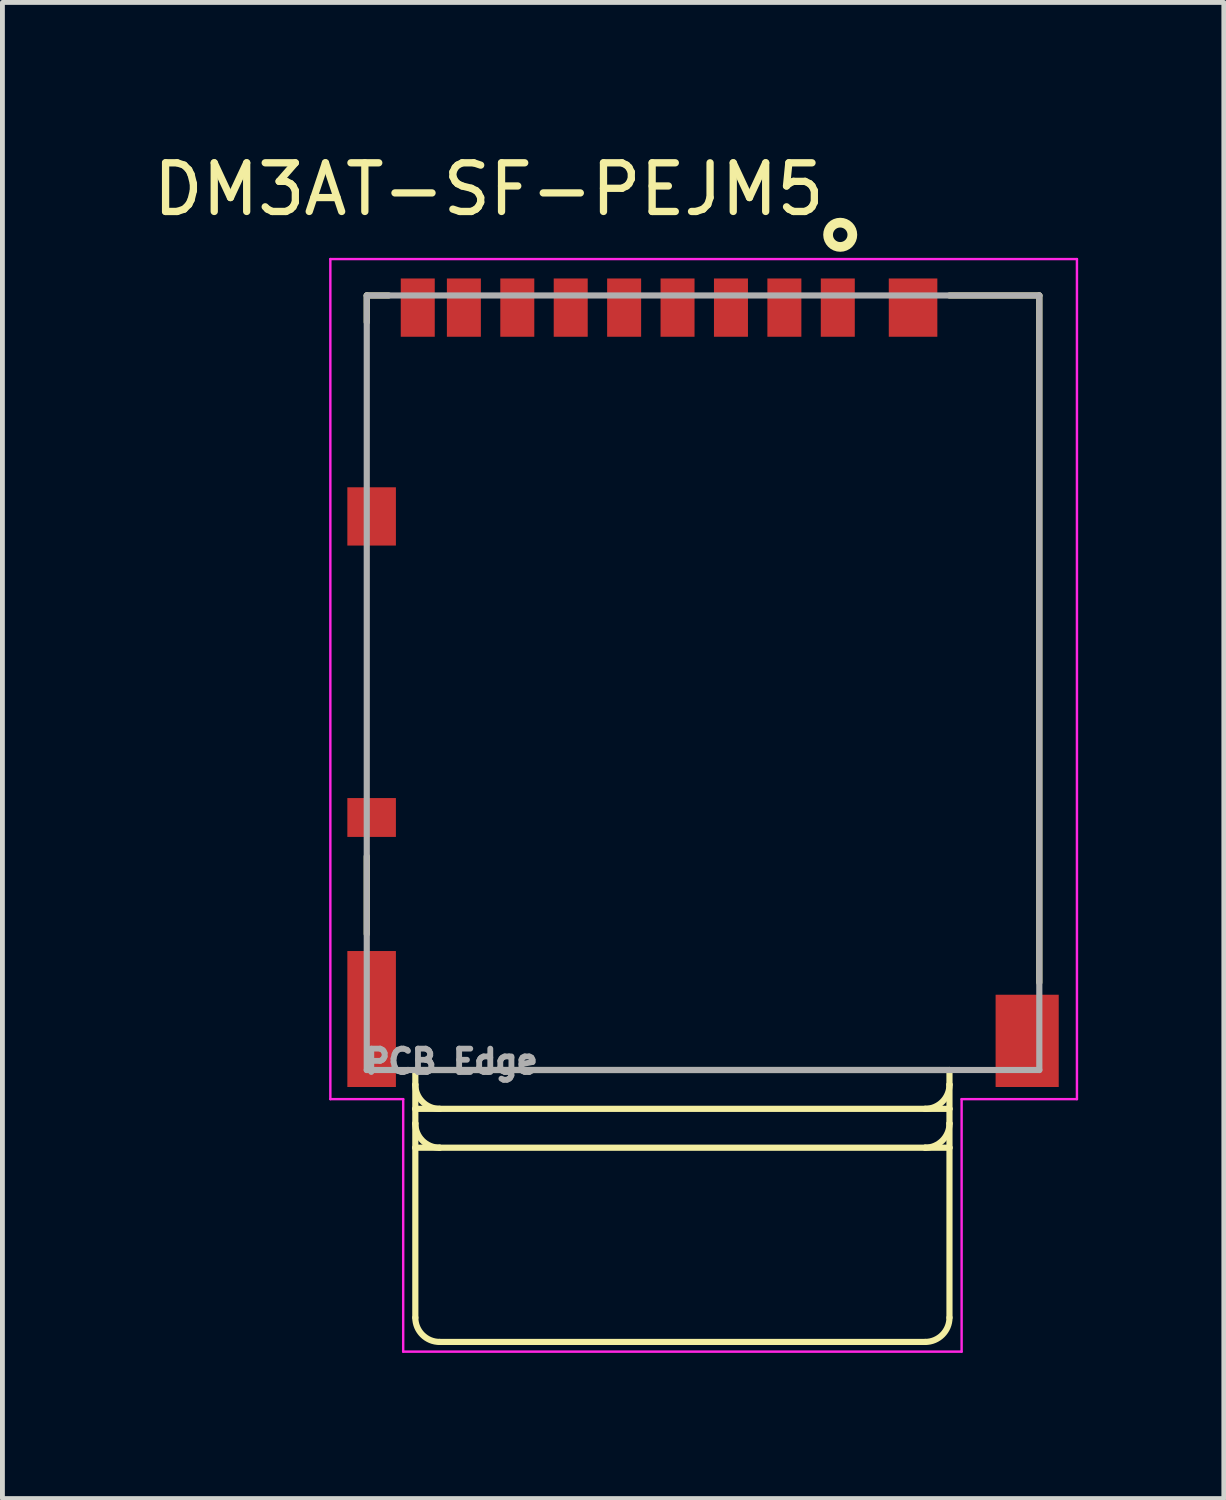
<source format=kicad_pcb>
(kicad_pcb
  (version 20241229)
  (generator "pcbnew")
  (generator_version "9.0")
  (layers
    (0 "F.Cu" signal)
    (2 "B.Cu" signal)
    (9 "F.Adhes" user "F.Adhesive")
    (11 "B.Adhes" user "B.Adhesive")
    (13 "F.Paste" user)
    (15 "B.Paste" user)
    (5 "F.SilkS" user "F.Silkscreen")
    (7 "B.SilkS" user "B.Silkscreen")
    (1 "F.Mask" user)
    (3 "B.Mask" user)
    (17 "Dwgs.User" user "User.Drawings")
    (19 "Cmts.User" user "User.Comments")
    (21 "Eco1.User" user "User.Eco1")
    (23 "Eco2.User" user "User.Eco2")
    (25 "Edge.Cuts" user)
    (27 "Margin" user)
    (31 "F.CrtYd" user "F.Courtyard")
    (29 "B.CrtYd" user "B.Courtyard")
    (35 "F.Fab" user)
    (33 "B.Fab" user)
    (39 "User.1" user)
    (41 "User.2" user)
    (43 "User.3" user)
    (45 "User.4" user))
  (footprint "DM3AT-SF-PEJM5"
    (layer "F.Cu")
    (at 11.003 3.285)
    (property "Reference" "DM3AT-SF-PEJM5" (at -3.987 -2.436 0) (layer "F.SilkS") (effects (font (size 1.002 1.002) (thickness 0.15))))
    (attr through_hole)
    (fp_line (start -6.5 -0.25) (end -6.5 0.3) (stroke (width 0.127) (type solid)) (layer "F.SilkS"))
    (fp_line (start -6.5 12.9) (end -6.5 11.3) (stroke (width 0.127) (type solid)) (layer "F.SilkS"))
    (fp_line (start -6.05 -0.25) (end -6.5 -0.25) (stroke (width 0.127) (type solid)) (layer "F.SilkS"))
    (fp_line (start -5.5 15.7) (end -5.5 16) (stroke (width 0.127) (type solid)) (layer "F.SilkS"))
    (fp_line (start -5.5 15.7) (end 5.5 15.7) (stroke (width 0.127) (type solid)) (layer "F.SilkS"))
    (fp_line (start -5.5 16.5) (end -5.5 16) (stroke (width 0.127) (type solid)) (layer "F.SilkS"))
    (fp_line (start -5.5 16.5) (end -5.5 16.8) (stroke (width 0.127) (type solid)) (layer "F.SilkS"))
    (fp_line (start -5.5 17.3) (end -5.5 16.8) (stroke (width 0.127) (type solid)) (layer "F.SilkS"))
    (fp_line (start -5.5 17.3) (end -5.5 20.8) (stroke (width 0.127) (type solid)) (layer "F.SilkS"))
    (fp_line (start -5 16.5) (end -5.5 16.5) (stroke (width 0.127) (type solid)) (layer "F.SilkS"))
    (fp_line (start -5 17.3) (end -5.5 17.3) (stroke (width 0.127) (type solid)) (layer "F.SilkS"))
    (fp_line (start 5 16.5) (end -5 16.5) (stroke (width 0.127) (type solid)) (layer "F.SilkS"))
    (fp_line (start 5 17.3) (end -5 17.3) (stroke (width 0.127) (type solid)) (layer "F.SilkS"))
    (fp_line (start 5 21.3) (end -5 21.3) (stroke (width 0.127) (type solid)) (layer "F.SilkS"))
    (fp_line (start 5.5 -0.25) (end 7.35 -0.25) (stroke (width 0.127) (type solid)) (layer "F.SilkS"))
    (fp_line (start 5.5 15.7) (end 5.5 16) (stroke (width 0.127) (type solid)) (layer "F.SilkS"))
    (fp_line (start 5.5 16) (end 5.5 16.5) (stroke (width 0.127) (type solid)) (layer "F.SilkS"))
    (fp_line (start 5.5 16.5) (end 5 16.5) (stroke (width 0.127) (type solid)) (layer "F.SilkS"))
    (fp_line (start 5.5 16.5) (end 5.5 16.8) (stroke (width 0.127) (type solid)) (layer "F.SilkS"))
    (fp_line (start 5.5 16.8) (end 5.5 17.3) (stroke (width 0.127) (type solid)) (layer "F.SilkS"))
    (fp_line (start 5.5 17.3) (end 5 17.3) (stroke (width 0.127) (type solid)) (layer "F.SilkS"))
    (fp_line (start 5.5 17.3) (end 5.5 20.8) (stroke (width 0.127) (type solid)) (layer "F.SilkS"))
    (fp_line (start 7.35 -0.25) (end 7.35 13.9) (stroke (width 0.127) (type solid)) (layer "F.SilkS"))
    (fp_arc (start -5 16.5) (mid -5.353553 16.353553) (end -5.5 16) (stroke (width 0.127) (type solid)) (layer "F.SilkS"))
    (fp_arc (start -5 17.3) (mid -5.353553 17.153553) (end -5.5 16.8) (stroke (width 0.127) (type solid)) (layer "F.SilkS"))
    (fp_arc (start -5 21.3) (mid -5.353553 21.153553) (end -5.5 20.8) (stroke (width 0.127) (type solid)) (layer "F.SilkS"))
    (fp_arc (start 5.5 16) (mid 5.353553 16.353553) (end 5 16.5) (stroke (width 0.127) (type solid)) (layer "F.SilkS"))
    (fp_arc (start 5.5 16.8) (mid 5.353553 17.153553) (end 5 17.3) (stroke (width 0.127) (type solid)) (layer "F.SilkS"))
    (fp_arc (start 5.5 20.8) (mid 5.353553 21.153553) (end 5 21.3) (stroke (width 0.127) (type solid)) (layer "F.SilkS"))
    (fp_circle (center 3.25 -1.5) (end 3.5 -1.5) (stroke (width 0.2) (type solid)) (fill no) (layer "F.SilkS"))
    (fp_line (start -7.25 -1) (end 8.125 -1) (stroke (width 0.05) (type solid)) (layer "F.CrtYd"))
    (fp_line (start -7.25 16.3) (end -7.25 -1) (stroke (width 0.05) (type solid)) (layer "F.CrtYd"))
    (fp_line (start -5.75 16.3) (end -7.25 16.3) (stroke (width 0.05) (type solid)) (layer "F.CrtYd"))
    (fp_line (start -5.75 21.5) (end -5.75 16.3) (stroke (width 0.05) (type solid)) (layer "F.CrtYd"))
    (fp_line (start 5.75 16.3) (end 5.75 21.5) (stroke (width 0.05) (type solid)) (layer "F.CrtYd"))
    (fp_line (start 5.75 21.5) (end -5.75 21.5) (stroke (width 0.05) (type solid)) (layer "F.CrtYd"))
    (fp_line (start 8.125 -1) (end 8.125 16.3) (stroke (width 0.05) (type solid)) (layer "F.CrtYd"))
    (fp_line (start 8.125 16.3) (end 5.75 16.3) (stroke (width 0.05) (type solid)) (layer "F.CrtYd"))
    (fp_line (start -6.5 -0.25) (end 7.35 -0.25) (stroke (width 0.127) (type solid)) (layer "F.Fab"))
    (fp_line (start -6.5 15.7) (end -6.5 -0.25) (stroke (width 0.127) (type solid)) (layer "F.Fab"))
    (fp_line (start 7.35 -0.25) (end 7.35 15.7) (stroke (width 0.127) (type solid)) (layer "F.Fab"))
    (fp_line (start 7.35 15.7) (end -6.5 15.7) (stroke (width 0.127) (type solid)) (layer "F.Fab"))
    (fp_text user "PCB Edge" (at -4.758 15.525 0) (layer "F.Fab") (effects (font (size 0.481 0.481) (thickness 0.15))))
    (pad "1" smd rect (at 3.2 0) (size 0.7 1.2) (layers "F.Cu" "F.Mask" "F.Paste"))
    (pad "2" smd rect (at 2.1 0) (size 0.7 1.2) (layers "F.Cu" "F.Mask" "F.Paste"))
    (pad "3" smd rect (at 1 0) (size 0.7 1.2) (layers "F.Cu" "F.Mask" "F.Paste"))
    (pad "4" smd rect (at -0.1 0) (size 0.7 1.2) (layers "F.Cu" "F.Mask" "F.Paste"))
    (pad "5" smd rect (at -1.2 0) (size 0.7 1.2) (layers "F.Cu" "F.Mask" "F.Paste"))
    (pad "6" smd rect (at -2.3 0) (size 0.7 1.2) (layers "F.Cu" "F.Mask" "F.Paste"))
    (pad "7" smd rect (at -3.4 0) (size 0.7 1.2) (layers "F.Cu" "F.Mask" "F.Paste"))
    (pad "8" smd rect (at -4.5 0) (size 0.7 1.2) (layers "F.Cu" "F.Mask" "F.Paste"))
    (pad "P1" smd rect (at -6.4 4.3) (size 1 1.2) (layers "F.Cu" "F.Mask" "F.Paste"))
    (pad "P2" smd rect (at -6.4 14.65) (size 1 2.8) (layers "F.Cu" "F.Mask" "F.Paste"))
    (pad "P3" smd rect (at 7.1 15.1) (size 1.3 1.9) (layers "F.Cu" "F.Mask" "F.Paste"))
    (pad "P4" smd rect (at 4.75 0) (size 1 1.2) (layers "F.Cu" "F.Mask" "F.Paste"))
    (pad "SWA" smd rect (at -6.4 10.5) (size 1 0.8) (layers "F.Cu" "F.Mask" "F.Paste"))
    (pad "SWB" smd rect (at -5.45 0) (size 0.7 1.2) (layers "F.Cu" "F.Mask" "F.Paste"))
    (zone (net_name "") (layer "F.Cu") (hatch full 0.508) (connect_pads) (min_thickness 0.01) (filled_areas_thickness no) (keepout (tracks not_allowed) (vias not_allowed) (pads not_allowed) (copperpour not_allowed) (footprints allowed)) (placement (enabled no)) (fill) (polygon (pts (xy 4.19 3.735) (xy 4.953 3.735) (xy 4.953 6.992) (xy 4.19 6.992))))
    (zone (net_name "") (layer "F.Cu") (hatch full 0.508) (connect_pads) (min_thickness 0.01) (filled_areas_thickness no) (keepout (tracks not_allowed) (vias not_allowed) (pads not_allowed) (copperpour not_allowed) (footprints allowed)) (placement (enabled no)) (fill) (polygon (pts (xy 4.199 8.185) (xy 4.953 8.185) (xy 4.953 11.79) (xy 4.199 11.79))))
    (zone (net_name "") (layer "F.Cu") (hatch full 0.508) (connect_pads) (min_thickness 0.01) (filled_areas_thickness no) (keepout (tracks not_allowed) (vias not_allowed) (pads not_allowed) (copperpour not_allowed) (footprints allowed)) (placement (enabled no)) (fill) (polygon (pts (xy 5.297 9.585) (xy 6.003 9.585) (xy 6.003 17.2) (xy 5.297 17.2))))
    (zone (net_name "") (layer "F.Cu") (hatch full 0.508) (connect_pads) (min_thickness 0.01) (filled_areas_thickness no) (keepout (tracks not_allowed) (vias not_allowed) (pads not_allowed) (copperpour not_allowed) (footprints allowed)) (placement (enabled no)) (fill) (polygon (pts (xy 6 8.285) (xy 14.703 8.285) (xy 14.703 9.889) (xy 6 9.889))))
    (zone (net_name "") (layer "F.Cu") (hatch full 0.508) (connect_pads) (min_thickness 0.01) (filled_areas_thickness no) (keepout (tracks not_allowed) (vias not_allowed) (pads not_allowed) (copperpour not_allowed) (footprints allowed)) (placement (enabled no)) (fill) (polygon (pts (xy 14.355 17.985) (xy 16.903 17.985) (xy 16.903 19.342) (xy 14.355 19.342)))))
  (gr_rect
    (start -3 -3)
    (end 22.153 27.81)
    (stroke (width 0.1) (type default))
    (fill no)
    (layer "Edge.Cuts")))
</source>
